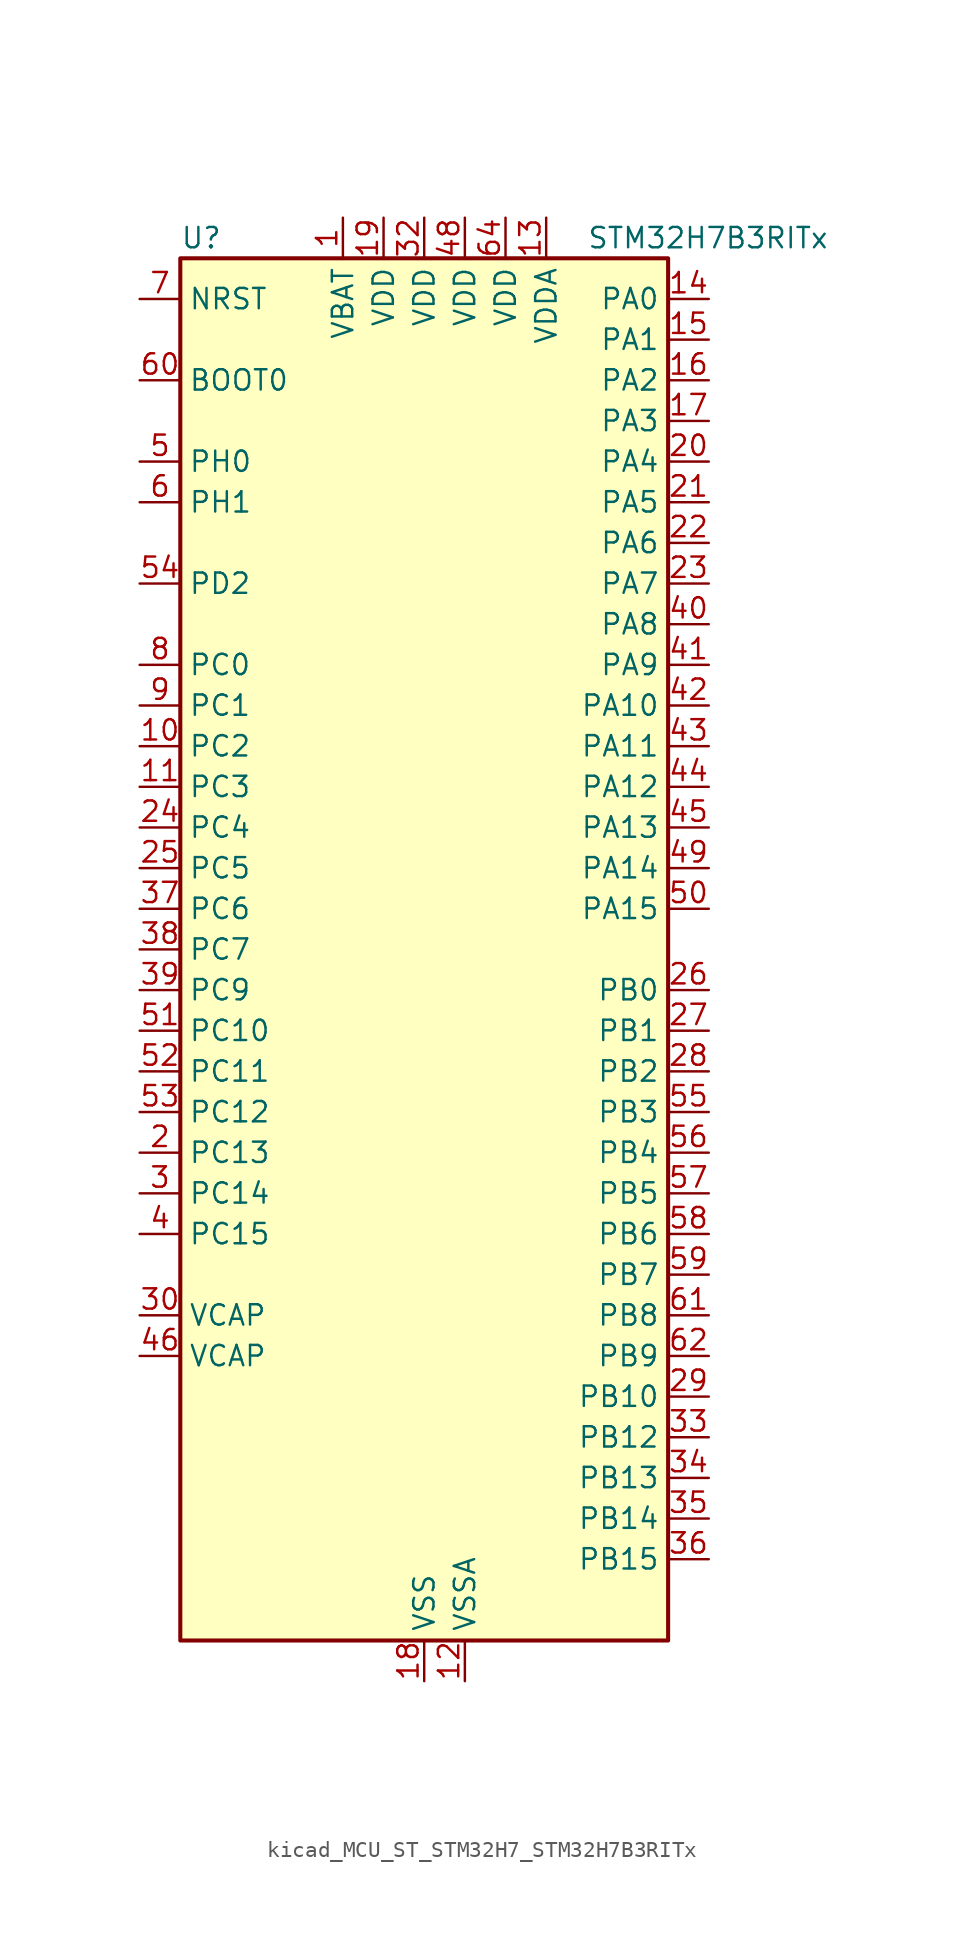
<source format=kicad_sym>
(kicad_symbol_lib
  (version 20220914)
  (generator kicad_symbol_editor)
  (symbol "kicad_MCU_ST_STM32H7_STM32H7B3RITx"
    (property "Reference" "U"
      (at -15.24 44.45 0)
      (effects (font (size 1.27 1.27)) (justify left)))
    (property "Value" "STM32H7B3RITx"
      (at 10.16 44.45 0)
      (effects (font (size 1.27 1.27)) (justify left)))
    (property "ki_locked" ""
      (at 0 0 0)
      (effects (font (size 1.27 1.27))))
    (symbol "kicad_MCU_ST_STM32H7_STM32H7B3RITx_0_1"
      (rectangle (start -15.24 -43.18) (end 15.24 43.18) (stroke (width 0.254) (type default)) (fill (type background))))
    (symbol "kicad_MCU_ST_STM32H7_STM32H7B3RITx_1_1"
      (pin power_in line (at -5.08 45.72 270) (length 2.54) (name "VBAT" (effects (font (size 1.27 1.27)))) (number "1" (effects (font (size 1.27 1.27)))))
      (pin bidirectional line (at -17.78 12.7 0) (length 2.54) (name "PC2" (effects (font (size 1.27 1.27)))) (number "10" (effects (font (size 1.27 1.27)))) (alternate "ADC1_INN11" bidirectional line) (alternate "ADC1_INP12" bidirectional line) (alternate "ADC2_INN11" bidirectional line) (alternate "ADC2_INP12" bidirectional line) (alternate "DFSDM1_CKIN1" bidirectional line) (alternate "DFSDM1_CKOUT" bidirectional line) (alternate "I2S2_SDI" bidirectional line) (alternate "OCTOSPIM_P1_IO2" bidirectional line) (alternate "OCTOSPIM_P1_IO5" bidirectional line) (alternate "PWR_CSTOP" bidirectional line) (alternate "SPI2_MISO" bidirectional line) (alternate "USB_OTG_HS_ULPI_DIR" bidirectional line))
      (pin bidirectional line (at -17.78 10.16 0) (length 2.54) (name "PC3" (effects (font (size 1.27 1.27)))) (number "11" (effects (font (size 1.27 1.27)))) (alternate "ADC1_INN12" bidirectional line) (alternate "ADC1_INP13" bidirectional line) (alternate "ADC2_INN12" bidirectional line) (alternate "ADC2_INP13" bidirectional line) (alternate "DFSDM1_DATIN1" bidirectional line) (alternate "I2S2_SDO" bidirectional line) (alternate "OCTOSPIM_P1_IO0" bidirectional line) (alternate "OCTOSPIM_P1_IO6" bidirectional line) (alternate "PWR_CSLEEP" bidirectional line) (alternate "SPI2_MOSI" bidirectional line) (alternate "USB_OTG_HS_ULPI_NXT" bidirectional line))
      (pin power_in line (at 2.54 -45.72 90) (length 2.54) (name "VSSA" (effects (font (size 1.27 1.27)))) (number "12" (effects (font (size 1.27 1.27)))))
      (pin power_in line (at 7.62 45.72 270) (length 2.54) (name "VDDA" (effects (font (size 1.27 1.27)))) (number "13" (effects (font (size 1.27 1.27)))))
      (pin bidirectional line (at 17.78 40.64 180) (length 2.54) (name "PA0" (effects (font (size 1.27 1.27)))) (number "14" (effects (font (size 1.27 1.27)))) (alternate "ADC1_INP16" bidirectional line) (alternate "I2S6_WS" bidirectional line) (alternate "PWR_WKUP1" bidirectional line) (alternate "SAI2_SD_B" bidirectional line) (alternate "SDMMC2_CMD" bidirectional line) (alternate "SPI6_NSS" bidirectional line) (alternate "TIM15_BKIN" bidirectional line) (alternate "TIM2_CH1" bidirectional line) (alternate "TIM2_ETR" bidirectional line) (alternate "TIM5_CH1" bidirectional line) (alternate "TIM8_ETR" bidirectional line) (alternate "UART4_TX" bidirectional line) (alternate "USART2_CTS" bidirectional line) (alternate "USART2_NSS" bidirectional line))
      (pin bidirectional line (at 17.78 38.1 180) (length 2.54) (name "PA1" (effects (font (size 1.27 1.27)))) (number "15" (effects (font (size 1.27 1.27)))) (alternate "ADC1_INN16" bidirectional line) (alternate "ADC1_INP17" bidirectional line) (alternate "LPTIM3_OUT" bidirectional line) (alternate "LTDC_R2" bidirectional line) (alternate "OCTOSPIM_P1_DQS" bidirectional line) (alternate "OCTOSPIM_P1_IO3" bidirectional line) (alternate "SAI2_MCLK_B" bidirectional line) (alternate "TIM15_CH1N" bidirectional line) (alternate "TIM2_CH2" bidirectional line) (alternate "TIM5_CH2" bidirectional line) (alternate "UART4_RX" bidirectional line) (alternate "USART2_DE" bidirectional line) (alternate "USART2_RTS" bidirectional line))
      (pin bidirectional line (at 17.78 35.56 180) (length 2.54) (name "PA2" (effects (font (size 1.27 1.27)))) (number "16" (effects (font (size 1.27 1.27)))) (alternate "ADC1_INP14" bidirectional line) (alternate "DFSDM2_CKIN1" bidirectional line) (alternate "LTDC_R1" bidirectional line) (alternate "MDIOS_MDIO" bidirectional line) (alternate "PWR_WKUP2" bidirectional line) (alternate "SAI2_SCK_B" bidirectional line) (alternate "TIM15_CH1" bidirectional line) (alternate "TIM2_CH3" bidirectional line) (alternate "TIM5_CH3" bidirectional line) (alternate "USART2_TX" bidirectional line))
      (pin bidirectional line (at 17.78 33.02 180) (length 2.54) (name "PA3" (effects (font (size 1.27 1.27)))) (number "17" (effects (font (size 1.27 1.27)))) (alternate "ADC1_INP15" bidirectional line) (alternate "I2S6_MCK" bidirectional line) (alternate "LTDC_B2" bidirectional line) (alternate "LTDC_B5" bidirectional line) (alternate "OCTOSPIM_P1_CLK" bidirectional line) (alternate "TIM15_CH2" bidirectional line) (alternate "TIM2_CH4" bidirectional line) (alternate "TIM5_CH4" bidirectional line) (alternate "USART2_RX" bidirectional line) (alternate "USB_OTG_HS_ULPI_D0" bidirectional line))
      (pin power_in line (at 0 -45.72 90) (length 2.54) (name "VSS" (effects (font (size 1.27 1.27)))) (number "18" (effects (font (size 1.27 1.27)))))
      (pin power_in line (at -2.54 45.72 270) (length 2.54) (name "VDD" (effects (font (size 1.27 1.27)))) (number "19" (effects (font (size 1.27 1.27)))))
      (pin bidirectional line (at -17.78 -12.7 0) (length 2.54) (name "PC13" (effects (font (size 1.27 1.27)))) (number "2" (effects (font (size 1.27 1.27)))) (alternate "PWR_WKUP4" bidirectional line) (alternate "RTC_OUT_ALARM" bidirectional line) (alternate "RTC_OUT_CALIB" bidirectional line) (alternate "RTC_TAMP1" bidirectional line) (alternate "RTC_TS" bidirectional line))
      (pin bidirectional line (at 17.78 30.48 180) (length 2.54) (name "PA4" (effects (font (size 1.27 1.27)))) (number "20" (effects (font (size 1.27 1.27)))) (alternate "ADC1_INP18" bidirectional line) (alternate "DAC1_OUT1" bidirectional line) (alternate "DCMI_HSYNC" bidirectional line) (alternate "I2S1_WS" bidirectional line) (alternate "I2S3_WS" bidirectional line) (alternate "I2S6_WS" bidirectional line) (alternate "LTDC_VSYNC" bidirectional line) (alternate "PSSI_DE" bidirectional line) (alternate "SPI1_NSS" bidirectional line) (alternate "SPI3_NSS" bidirectional line) (alternate "SPI6_NSS" bidirectional line) (alternate "TIM5_ETR" bidirectional line) (alternate "USART2_CK" bidirectional line))
      (pin bidirectional line (at 17.78 27.94 180) (length 2.54) (name "PA5" (effects (font (size 1.27 1.27)))) (number "21" (effects (font (size 1.27 1.27)))) (alternate "ADC1_INN18" bidirectional line) (alternate "ADC1_INP19" bidirectional line) (alternate "DAC1_OUT2" bidirectional line) (alternate "I2S1_CK" bidirectional line) (alternate "I2S6_CK" bidirectional line) (alternate "LTDC_R4" bidirectional line) (alternate "PSSI_D14" bidirectional line) (alternate "PWR_NDSTOP2" bidirectional line) (alternate "SPI1_SCK" bidirectional line) (alternate "SPI6_SCK" bidirectional line) (alternate "TIM2_CH1" bidirectional line) (alternate "TIM2_ETR" bidirectional line) (alternate "TIM8_CH1N" bidirectional line) (alternate "USB_OTG_HS_ULPI_CK" bidirectional line))
      (pin bidirectional line (at 17.78 25.4 180) (length 2.54) (name "PA6" (effects (font (size 1.27 1.27)))) (number "22" (effects (font (size 1.27 1.27)))) (alternate "ADC1_INP3" bidirectional line) (alternate "ADC2_INP3" bidirectional line) (alternate "DAC2_OUT1" bidirectional line) (alternate "DCMI_PIXCLK" bidirectional line) (alternate "I2S1_SDI" bidirectional line) (alternate "I2S6_SDI" bidirectional line) (alternate "LTDC_G2" bidirectional line) (alternate "MDIOS_MDC" bidirectional line) (alternate "OCTOSPIM_P1_IO3" bidirectional line) (alternate "PSSI_PDCK" bidirectional line) (alternate "SPI1_MISO" bidirectional line) (alternate "SPI6_MISO" bidirectional line) (alternate "TIM13_CH1" bidirectional line) (alternate "TIM1_BKIN" bidirectional line) (alternate "TIM1_BKIN_COMP1" bidirectional line) (alternate "TIM3_CH1" bidirectional line) (alternate "TIM8_BKIN" bidirectional line) (alternate "TIM8_BKIN_COMP1" bidirectional line))
      (pin bidirectional line (at 17.78 22.86 180) (length 2.54) (name "PA7" (effects (font (size 1.27 1.27)))) (number "23" (effects (font (size 1.27 1.27)))) (alternate "ADC1_INN3" bidirectional line) (alternate "ADC1_INP7" bidirectional line) (alternate "ADC2_INN3" bidirectional line) (alternate "ADC2_INP7" bidirectional line) (alternate "DFSDM2_DATIN1" bidirectional line) (alternate "I2S1_SDO" bidirectional line) (alternate "I2S6_SDO" bidirectional line) (alternate "LTDC_VSYNC" bidirectional line) (alternate "OCTOSPIM_P1_IO2" bidirectional line) (alternate "OPAMP1_VINM" bidirectional line) (alternate "SPI1_MOSI" bidirectional line) (alternate "SPI6_MOSI" bidirectional line) (alternate "TIM14_CH1" bidirectional line) (alternate "TIM1_CH1N" bidirectional line) (alternate "TIM3_CH2" bidirectional line) (alternate "TIM8_CH1N" bidirectional line))
      (pin bidirectional line (at -17.78 7.62 0) (length 2.54) (name "PC4" (effects (font (size 1.27 1.27)))) (number "24" (effects (font (size 1.27 1.27)))) (alternate "ADC1_INP4" bidirectional line) (alternate "ADC2_INP4" bidirectional line) (alternate "COMP1_INM" bidirectional line) (alternate "DFSDM1_CKIN2" bidirectional line) (alternate "I2S1_MCK" bidirectional line) (alternate "LTDC_R7" bidirectional line) (alternate "OPAMP1_VOUT" bidirectional line) (alternate "SPDIFRX_IN2" bidirectional line))
      (pin bidirectional line (at -17.78 5.08 0) (length 2.54) (name "PC5" (effects (font (size 1.27 1.27)))) (number "25" (effects (font (size 1.27 1.27)))) (alternate "ADC1_INN4" bidirectional line) (alternate "ADC1_INP8" bidirectional line) (alternate "ADC2_INN4" bidirectional line) (alternate "ADC2_INP8" bidirectional line) (alternate "COMP1_OUT" bidirectional line) (alternate "DFSDM1_DATIN2" bidirectional line) (alternate "LTDC_DE" bidirectional line) (alternate "OCTOSPIM_P1_DQS" bidirectional line) (alternate "OPAMP1_VINM" bidirectional line) (alternate "PSSI_D15" bidirectional line) (alternate "SPDIFRX_IN3" bidirectional line))
      (pin bidirectional line (at 17.78 -2.54 180) (length 2.54) (name "PB0" (effects (font (size 1.27 1.27)))) (number "26" (effects (font (size 1.27 1.27)))) (alternate "ADC1_INN5" bidirectional line) (alternate "ADC1_INP9" bidirectional line) (alternate "ADC2_INN5" bidirectional line) (alternate "ADC2_INP9" bidirectional line) (alternate "COMP1_INP" bidirectional line) (alternate "DFSDM1_CKOUT" bidirectional line) (alternate "DFSDM2_CKOUT" bidirectional line) (alternate "LTDC_G1" bidirectional line) (alternate "LTDC_R3" bidirectional line) (alternate "OCTOSPIM_P1_IO1" bidirectional line) (alternate "OPAMP1_VINP" bidirectional line) (alternate "TIM1_CH2N" bidirectional line) (alternate "TIM3_CH3" bidirectional line) (alternate "TIM8_CH2N" bidirectional line) (alternate "UART4_CTS" bidirectional line) (alternate "USB_OTG_HS_ULPI_D1" bidirectional line))
      (pin bidirectional line (at 17.78 -5.08 180) (length 2.54) (name "PB1" (effects (font (size 1.27 1.27)))) (number "27" (effects (font (size 1.27 1.27)))) (alternate "ADC1_INP5" bidirectional line) (alternate "ADC2_INP5" bidirectional line) (alternate "COMP1_INM" bidirectional line) (alternate "DFSDM1_DATIN1" bidirectional line) (alternate "LTDC_G0" bidirectional line) (alternate "LTDC_R6" bidirectional line) (alternate "OCTOSPIM_P1_IO0" bidirectional line) (alternate "TIM1_CH3N" bidirectional line) (alternate "TIM3_CH4" bidirectional line) (alternate "TIM8_CH3N" bidirectional line) (alternate "USB_OTG_HS_ULPI_D2" bidirectional line))
      (pin bidirectional line (at 17.78 -7.62 180) (length 2.54) (name "PB2" (effects (font (size 1.27 1.27)))) (number "28" (effects (font (size 1.27 1.27)))) (alternate "COMP1_INP" bidirectional line) (alternate "DFSDM1_CKIN1" bidirectional line) (alternate "I2S3_SDO" bidirectional line) (alternate "OCTOSPIM_P1_CLK" bidirectional line) (alternate "OCTOSPIM_P1_DQS" bidirectional line) (alternate "RTC_OUT_ALARM" bidirectional line) (alternate "RTC_OUT_CALIB" bidirectional line) (alternate "SPI3_MOSI" bidirectional line))
      (pin bidirectional line (at 17.78 -27.94 180) (length 2.54) (name "PB10" (effects (font (size 1.27 1.27)))) (number "29" (effects (font (size 1.27 1.27)))) (alternate "DFSDM1_DATIN7" bidirectional line) (alternate "I2S2_CK" bidirectional line) (alternate "LPTIM2_IN1" bidirectional line) (alternate "LTDC_G4" bidirectional line) (alternate "OCTOSPIM_P1_NCS" bidirectional line) (alternate "SPI2_SCK" bidirectional line) (alternate "TIM2_CH3" bidirectional line) (alternate "USART3_TX" bidirectional line) (alternate "USB_OTG_HS_ULPI_D3" bidirectional line))
      (pin bidirectional line (at -17.78 -15.24 0) (length 2.54) (name "PC14" (effects (font (size 1.27 1.27)))) (number "3" (effects (font (size 1.27 1.27)))) (alternate "RCC_OSC32_IN" bidirectional line))
      (pin power_out line (at -17.78 -22.86 0) (length 2.54) (name "VCAP" (effects (font (size 1.27 1.27)))) (number "30" (effects (font (size 1.27 1.27)))))
      (pin passive line (at 0 -45.72 90) (length 2.54) hide (name "VSS" (effects (font (size 1.27 1.27)))) (number "31" (effects (font (size 1.27 1.27)))))
      (pin power_in line (at 0 45.72 270) (length 2.54) (name "VDD" (effects (font (size 1.27 1.27)))) (number "32" (effects (font (size 1.27 1.27)))))
      (pin bidirectional line (at 17.78 -30.48 180) (length 2.54) (name "PB12" (effects (font (size 1.27 1.27)))) (number "33" (effects (font (size 1.27 1.27)))) (alternate "DFSDM1_DATIN1" bidirectional line) (alternate "DFSDM2_DATIN1" bidirectional line) (alternate "FDCAN2_RX" bidirectional line) (alternate "I2S2_WS" bidirectional line) (alternate "OCTOSPIM_P1_NCLK" bidirectional line) (alternate "SPI2_NSS" bidirectional line) (alternate "TIM1_BKIN" bidirectional line) (alternate "TIM1_BKIN_COMP1" bidirectional line) (alternate "UART5_RX" bidirectional line) (alternate "USART3_CK" bidirectional line) (alternate "USB_OTG_HS_ULPI_D5" bidirectional line))
      (pin bidirectional line (at 17.78 -33.02 180) (length 2.54) (name "PB13" (effects (font (size 1.27 1.27)))) (number "34" (effects (font (size 1.27 1.27)))) (alternate "DCMI_D2" bidirectional line) (alternate "DFSDM1_CKIN1" bidirectional line) (alternate "DFSDM2_CKIN1" bidirectional line) (alternate "FDCAN2_TX" bidirectional line) (alternate "I2S2_CK" bidirectional line) (alternate "LPTIM2_OUT" bidirectional line) (alternate "PSSI_D2" bidirectional line) (alternate "SDMMC1_D0" bidirectional line) (alternate "SPI2_SCK" bidirectional line) (alternate "TIM1_CH1N" bidirectional line) (alternate "UART5_TX" bidirectional line) (alternate "USART3_CTS" bidirectional line) (alternate "USART3_NSS" bidirectional line) (alternate "USB_OTG_HS_ULPI_D6" bidirectional line))
      (pin bidirectional line (at 17.78 -35.56 180) (length 2.54) (name "PB14" (effects (font (size 1.27 1.27)))) (number "35" (effects (font (size 1.27 1.27)))) (alternate "DFSDM1_DATIN2" bidirectional line) (alternate "I2S2_SDI" bidirectional line) (alternate "LTDC_CLK" bidirectional line) (alternate "SDMMC2_D0" bidirectional line) (alternate "SPI2_MISO" bidirectional line) (alternate "TIM12_CH1" bidirectional line) (alternate "TIM1_CH2N" bidirectional line) (alternate "TIM8_CH2N" bidirectional line) (alternate "UART4_DE" bidirectional line) (alternate "UART4_RTS" bidirectional line) (alternate "USART1_TX" bidirectional line) (alternate "USART3_DE" bidirectional line) (alternate "USART3_RTS" bidirectional line))
      (pin bidirectional line (at 17.78 -38.1 180) (length 2.54) (name "PB15" (effects (font (size 1.27 1.27)))) (number "36" (effects (font (size 1.27 1.27)))) (alternate "ADC1_EXTI15" bidirectional line) (alternate "ADC2_EXTI15" bidirectional line) (alternate "DFSDM1_CKIN2" bidirectional line) (alternate "I2S2_SDO" bidirectional line) (alternate "LTDC_G7" bidirectional line) (alternate "RTC_REFIN" bidirectional line) (alternate "SDMMC2_D1" bidirectional line) (alternate "SPI2_MOSI" bidirectional line) (alternate "TIM12_CH2" bidirectional line) (alternate "TIM1_CH3N" bidirectional line) (alternate "TIM8_CH3N" bidirectional line) (alternate "UART4_CTS" bidirectional line) (alternate "USART1_RX" bidirectional line))
      (pin bidirectional line (at -17.78 2.54 0) (length 2.54) (name "PC6" (effects (font (size 1.27 1.27)))) (number "37" (effects (font (size 1.27 1.27)))) (alternate "DCMI_D0" bidirectional line) (alternate "DFSDM1_CKIN3" bidirectional line) (alternate "I2S2_MCK" bidirectional line) (alternate "LTDC_HSYNC" bidirectional line) (alternate "PSSI_D0" bidirectional line) (alternate "SDMMC1_D0DIR" bidirectional line) (alternate "SDMMC1_D6" bidirectional line) (alternate "SDMMC2_D6" bidirectional line) (alternate "SWPMI1_IO" bidirectional line) (alternate "TIM3_CH1" bidirectional line) (alternate "TIM8_CH1" bidirectional line) (alternate "USART6_TX" bidirectional line))
      (pin bidirectional line (at -17.78 0 0) (length 2.54) (name "PC7" (effects (font (size 1.27 1.27)))) (number "38" (effects (font (size 1.27 1.27)))) (alternate "DCMI_D1" bidirectional line) (alternate "DEBUG_TRGIO" bidirectional line) (alternate "DFSDM1_DATIN3" bidirectional line) (alternate "I2S3_MCK" bidirectional line) (alternate "LTDC_G6" bidirectional line) (alternate "PSSI_D1" bidirectional line) (alternate "SDMMC1_D123DIR" bidirectional line) (alternate "SDMMC1_D7" bidirectional line) (alternate "SDMMC2_D7" bidirectional line) (alternate "SWPMI1_TX" bidirectional line) (alternate "TIM3_CH2" bidirectional line) (alternate "TIM8_CH2" bidirectional line) (alternate "USART6_RX" bidirectional line))
      (pin bidirectional line (at -17.78 -2.54 0) (length 2.54) (name "PC9" (effects (font (size 1.27 1.27)))) (number "39" (effects (font (size 1.27 1.27)))) (alternate "DAC1_EXTI9" bidirectional line) (alternate "DCMI_D3" bidirectional line) (alternate "I2C3_SDA" bidirectional line) (alternate "I2S_CKIN" bidirectional line) (alternate "LTDC_B2" bidirectional line) (alternate "LTDC_G3" bidirectional line) (alternate "OCTOSPIM_P1_IO0" bidirectional line) (alternate "PSSI_D3" bidirectional line) (alternate "RCC_MCO_2" bidirectional line) (alternate "SDMMC1_D1" bidirectional line) (alternate "SWPMI1_SUSPEND" bidirectional line) (alternate "TIM3_CH4" bidirectional line) (alternate "TIM8_CH4" bidirectional line) (alternate "UART5_CTS" bidirectional line))
      (pin bidirectional line (at -17.78 -17.78 0) (length 2.54) (name "PC15" (effects (font (size 1.27 1.27)))) (number "4" (effects (font (size 1.27 1.27)))) (alternate "ADC1_EXTI15" bidirectional line) (alternate "ADC2_EXTI15" bidirectional line) (alternate "RCC_OSC32_OUT" bidirectional line))
      (pin bidirectional line (at 17.78 20.32 180) (length 2.54) (name "PA8" (effects (font (size 1.27 1.27)))) (number "40" (effects (font (size 1.27 1.27)))) (alternate "I2C3_SCL" bidirectional line) (alternate "LTDC_B3" bidirectional line) (alternate "LTDC_R6" bidirectional line) (alternate "RCC_MCO_1" bidirectional line) (alternate "TIM1_CH1" bidirectional line) (alternate "TIM8_BKIN2" bidirectional line) (alternate "TIM8_BKIN2_COMP1" bidirectional line) (alternate "UART7_RX" bidirectional line) (alternate "USART1_CK" bidirectional line) (alternate "USB_OTG_HS_SOF" bidirectional line))
      (pin bidirectional line (at 17.78 17.78 180) (length 2.54) (name "PA9" (effects (font (size 1.27 1.27)))) (number "41" (effects (font (size 1.27 1.27)))) (alternate "DAC1_EXTI9" bidirectional line) (alternate "DCMI_D0" bidirectional line) (alternate "I2C3_SMBA" bidirectional line) (alternate "I2S2_CK" bidirectional line) (alternate "LPUART1_TX" bidirectional line) (alternate "LTDC_R5" bidirectional line) (alternate "PSSI_D0" bidirectional line) (alternate "SPI2_SCK" bidirectional line) (alternate "TIM1_CH2" bidirectional line) (alternate "USART1_TX" bidirectional line) (alternate "USB_OTG_HS_VBUS" bidirectional line))
      (pin bidirectional line (at 17.78 15.24 180) (length 2.54) (name "PA10" (effects (font (size 1.27 1.27)))) (number "42" (effects (font (size 1.27 1.27)))) (alternate "DCMI_D1" bidirectional line) (alternate "LPUART1_RX" bidirectional line) (alternate "LTDC_B1" bidirectional line) (alternate "LTDC_B4" bidirectional line) (alternate "MDIOS_MDIO" bidirectional line) (alternate "PSSI_D1" bidirectional line) (alternate "TIM1_CH3" bidirectional line) (alternate "USART1_RX" bidirectional line) (alternate "USB_OTG_HS_ID" bidirectional line))
      (pin bidirectional line (at 17.78 12.7 180) (length 2.54) (name "PA11" (effects (font (size 1.27 1.27)))) (number "43" (effects (font (size 1.27 1.27)))) (alternate "ADC1_EXTI11" bidirectional line) (alternate "ADC2_EXTI11" bidirectional line) (alternate "FDCAN1_RX" bidirectional line) (alternate "I2S2_WS" bidirectional line) (alternate "LPUART1_CTS" bidirectional line) (alternate "LTDC_R4" bidirectional line) (alternate "SPI2_NSS" bidirectional line) (alternate "TIM1_CH4" bidirectional line) (alternate "UART4_RX" bidirectional line) (alternate "USART1_CTS" bidirectional line) (alternate "USART1_NSS" bidirectional line) (alternate "USB_OTG_HS_DM" bidirectional line))
      (pin bidirectional line (at 17.78 10.16 180) (length 2.54) (name "PA12" (effects (font (size 1.27 1.27)))) (number "44" (effects (font (size 1.27 1.27)))) (alternate "FDCAN1_TX" bidirectional line) (alternate "I2S2_CK" bidirectional line) (alternate "LPUART1_DE" bidirectional line) (alternate "LPUART1_RTS" bidirectional line) (alternate "LTDC_R5" bidirectional line) (alternate "SAI2_FS_B" bidirectional line) (alternate "SPI2_SCK" bidirectional line) (alternate "TIM1_ETR" bidirectional line) (alternate "UART4_TX" bidirectional line) (alternate "USART1_DE" bidirectional line) (alternate "USART1_RTS" bidirectional line) (alternate "USB_OTG_HS_DP" bidirectional line))
      (pin bidirectional line (at 17.78 7.62 180) (length 2.54) (name "PA13" (effects (font (size 1.27 1.27)))) (number "45" (effects (font (size 1.27 1.27)))) (alternate "DEBUG_JTMS-SWDIO" bidirectional line))
      (pin power_out line (at -17.78 -25.4 0) (length 2.54) (name "VCAP" (effects (font (size 1.27 1.27)))) (number "46" (effects (font (size 1.27 1.27)))))
      (pin passive line (at 0 -45.72 90) (length 2.54) hide (name "VSS" (effects (font (size 1.27 1.27)))) (number "47" (effects (font (size 1.27 1.27)))))
      (pin power_in line (at 2.54 45.72 270) (length 2.54) (name "VDD" (effects (font (size 1.27 1.27)))) (number "48" (effects (font (size 1.27 1.27)))))
      (pin bidirectional line (at 17.78 5.08 180) (length 2.54) (name "PA14" (effects (font (size 1.27 1.27)))) (number "49" (effects (font (size 1.27 1.27)))) (alternate "DEBUG_JTCK-SWCLK" bidirectional line))
      (pin bidirectional line (at -17.78 30.48 0) (length 2.54) (name "PH0" (effects (font (size 1.27 1.27)))) (number "5" (effects (font (size 1.27 1.27)))) (alternate "RCC_OSC_IN" bidirectional line))
      (pin bidirectional line (at 17.78 2.54 180) (length 2.54) (name "PA15" (effects (font (size 1.27 1.27)))) (number "50" (effects (font (size 1.27 1.27)))) (alternate "ADC1_EXTI15" bidirectional line) (alternate "ADC2_EXTI15" bidirectional line) (alternate "CEC" bidirectional line) (alternate "DEBUG_JTDI" bidirectional line) (alternate "I2S1_WS" bidirectional line) (alternate "I2S3_WS" bidirectional line) (alternate "I2S6_WS" bidirectional line) (alternate "LTDC_B6" bidirectional line) (alternate "LTDC_R3" bidirectional line) (alternate "SPI1_NSS" bidirectional line) (alternate "SPI3_NSS" bidirectional line) (alternate "SPI6_NSS" bidirectional line) (alternate "TIM2_CH1" bidirectional line) (alternate "TIM2_ETR" bidirectional line) (alternate "UART4_DE" bidirectional line) (alternate "UART4_RTS" bidirectional line) (alternate "UART7_TX" bidirectional line))
      (pin bidirectional line (at -17.78 -5.08 0) (length 2.54) (name "PC10" (effects (font (size 1.27 1.27)))) (number "51" (effects (font (size 1.27 1.27)))) (alternate "DCMI_D8" bidirectional line) (alternate "DFSDM1_CKIN5" bidirectional line) (alternate "DFSDM2_CKIN0" bidirectional line) (alternate "I2S3_CK" bidirectional line) (alternate "LTDC_B1" bidirectional line) (alternate "LTDC_R2" bidirectional line) (alternate "OCTOSPIM_P1_IO1" bidirectional line) (alternate "PSSI_D8" bidirectional line) (alternate "SDMMC1_D2" bidirectional line) (alternate "SPI3_SCK" bidirectional line) (alternate "SWPMI1_RX" bidirectional line) (alternate "UART4_TX" bidirectional line) (alternate "USART3_TX" bidirectional line))
      (pin bidirectional line (at -17.78 -7.62 0) (length 2.54) (name "PC11" (effects (font (size 1.27 1.27)))) (number "52" (effects (font (size 1.27 1.27)))) (alternate "ADC1_EXTI11" bidirectional line) (alternate "ADC2_EXTI11" bidirectional line) (alternate "DCMI_D4" bidirectional line) (alternate "DFSDM1_DATIN5" bidirectional line) (alternate "DFSDM2_DATIN0" bidirectional line) (alternate "I2S3_SDI" bidirectional line) (alternate "LTDC_B4" bidirectional line) (alternate "OCTOSPIM_P1_NCS" bidirectional line) (alternate "PSSI_D4" bidirectional line) (alternate "SDMMC1_D3" bidirectional line) (alternate "SPI3_MISO" bidirectional line) (alternate "UART4_RX" bidirectional line) (alternate "USART3_RX" bidirectional line))
      (pin bidirectional line (at -17.78 -10.16 0) (length 2.54) (name "PC12" (effects (font (size 1.27 1.27)))) (number "53" (effects (font (size 1.27 1.27)))) (alternate "DCMI_D9" bidirectional line) (alternate "DEBUG_TRACED3" bidirectional line) (alternate "DFSDM2_CKOUT" bidirectional line) (alternate "I2S3_SDO" bidirectional line) (alternate "I2S6_CK" bidirectional line) (alternate "LTDC_R6" bidirectional line) (alternate "PSSI_D9" bidirectional line) (alternate "SDMMC1_CK" bidirectional line) (alternate "SPI3_MOSI" bidirectional line) (alternate "SPI6_SCK" bidirectional line) (alternate "TIM15_CH1" bidirectional line) (alternate "UART5_TX" bidirectional line) (alternate "USART3_CK" bidirectional line))
      (pin bidirectional line (at -17.78 22.86 0) (length 2.54) (name "PD2" (effects (font (size 1.27 1.27)))) (number "54" (effects (font (size 1.27 1.27)))) (alternate "DCMI_D11" bidirectional line) (alternate "DEBUG_TRACED2" bidirectional line) (alternate "LTDC_B2" bidirectional line) (alternate "LTDC_B7" bidirectional line) (alternate "PSSI_D11" bidirectional line) (alternate "SDMMC1_CMD" bidirectional line) (alternate "TIM15_BKIN" bidirectional line) (alternate "TIM3_ETR" bidirectional line) (alternate "UART5_RX" bidirectional line))
      (pin bidirectional line (at 17.78 -10.16 180) (length 2.54) (name "PB3" (effects (font (size 1.27 1.27)))) (number "55" (effects (font (size 1.27 1.27)))) (alternate "CRS_SYNC" bidirectional line) (alternate "DEBUG_JTDO-SWO" bidirectional line) (alternate "I2S1_CK" bidirectional line) (alternate "I2S3_CK" bidirectional line) (alternate "I2S6_CK" bidirectional line) (alternate "SDMMC2_D2" bidirectional line) (alternate "SPI1_SCK" bidirectional line) (alternate "SPI3_SCK" bidirectional line) (alternate "SPI6_SCK" bidirectional line) (alternate "TIM2_CH2" bidirectional line) (alternate "UART7_RX" bidirectional line))
      (pin bidirectional line (at 17.78 -12.7 180) (length 2.54) (name "PB4" (effects (font (size 1.27 1.27)))) (number "56" (effects (font (size 1.27 1.27)))) (alternate "DEBUG_JTRST" bidirectional line) (alternate "I2S1_SDI" bidirectional line) (alternate "I2S2_WS" bidirectional line) (alternate "I2S3_SDI" bidirectional line) (alternate "I2S6_SDI" bidirectional line) (alternate "SDMMC2_D3" bidirectional line) (alternate "SPI1_MISO" bidirectional line) (alternate "SPI2_NSS" bidirectional line) (alternate "SPI3_MISO" bidirectional line) (alternate "SPI6_MISO" bidirectional line) (alternate "TIM16_BKIN" bidirectional line) (alternate "TIM3_CH1" bidirectional line) (alternate "UART7_TX" bidirectional line))
      (pin bidirectional line (at 17.78 -15.24 180) (length 2.54) (name "PB5" (effects (font (size 1.27 1.27)))) (number "57" (effects (font (size 1.27 1.27)))) (alternate "DCMI_D10" bidirectional line) (alternate "FDCAN2_RX" bidirectional line) (alternate "I2C1_SMBA" bidirectional line) (alternate "I2C4_SMBA" bidirectional line) (alternate "I2S1_SDO" bidirectional line) (alternate "I2S3_SDO" bidirectional line) (alternate "I2S6_SDO" bidirectional line) (alternate "LTDC_B5" bidirectional line) (alternate "PSSI_D10" bidirectional line) (alternate "SPI1_MOSI" bidirectional line) (alternate "SPI3_MOSI" bidirectional line) (alternate "SPI6_MOSI" bidirectional line) (alternate "TIM17_BKIN" bidirectional line) (alternate "TIM3_CH2" bidirectional line) (alternate "UART5_RX" bidirectional line) (alternate "USB_OTG_HS_ULPI_D7" bidirectional line))
      (pin bidirectional line (at 17.78 -17.78 180) (length 2.54) (name "PB6" (effects (font (size 1.27 1.27)))) (number "58" (effects (font (size 1.27 1.27)))) (alternate "CEC" bidirectional line) (alternate "DCMI_D5" bidirectional line) (alternate "DFSDM1_DATIN5" bidirectional line) (alternate "FDCAN2_TX" bidirectional line) (alternate "I2C1_SCL" bidirectional line) (alternate "I2C4_SCL" bidirectional line) (alternate "LPUART1_TX" bidirectional line) (alternate "OCTOSPIM_P1_NCS" bidirectional line) (alternate "PSSI_D5" bidirectional line) (alternate "TIM16_CH1N" bidirectional line) (alternate "TIM4_CH1" bidirectional line) (alternate "UART5_TX" bidirectional line) (alternate "USART1_TX" bidirectional line))
      (pin bidirectional line (at 17.78 -20.32 180) (length 2.54) (name "PB7" (effects (font (size 1.27 1.27)))) (number "59" (effects (font (size 1.27 1.27)))) (alternate "DCMI_VSYNC" bidirectional line) (alternate "DFSDM1_CKIN5" bidirectional line) (alternate "I2C1_SDA" bidirectional line) (alternate "I2C4_SDA" bidirectional line) (alternate "LPUART1_RX" bidirectional line) (alternate "PSSI_RDY" bidirectional line) (alternate "PWR_PVD_IN" bidirectional line) (alternate "TIM17_CH1N" bidirectional line) (alternate "TIM4_CH2" bidirectional line) (alternate "USART1_RX" bidirectional line))
      (pin bidirectional line (at -17.78 27.94 0) (length 2.54) (name "PH1" (effects (font (size 1.27 1.27)))) (number "6" (effects (font (size 1.27 1.27)))) (alternate "RCC_OSC_OUT" bidirectional line))
      (pin input line (at -17.78 35.56 0) (length 2.54) (name "BOOT0" (effects (font (size 1.27 1.27)))) (number "60" (effects (font (size 1.27 1.27)))))
      (pin bidirectional line (at 17.78 -22.86 180) (length 2.54) (name "PB8" (effects (font (size 1.27 1.27)))) (number "61" (effects (font (size 1.27 1.27)))) (alternate "DCMI_D6" bidirectional line) (alternate "DFSDM1_CKIN7" bidirectional line) (alternate "FDCAN1_RX" bidirectional line) (alternate "I2C1_SCL" bidirectional line) (alternate "I2C4_SCL" bidirectional line) (alternate "LTDC_B6" bidirectional line) (alternate "PSSI_D6" bidirectional line) (alternate "SDMMC1_CKIN" bidirectional line) (alternate "SDMMC1_D4" bidirectional line) (alternate "SDMMC2_D4" bidirectional line) (alternate "TIM16_CH1" bidirectional line) (alternate "TIM4_CH3" bidirectional line) (alternate "UART4_RX" bidirectional line))
      (pin bidirectional line (at 17.78 -25.4 180) (length 2.54) (name "PB9" (effects (font (size 1.27 1.27)))) (number "62" (effects (font (size 1.27 1.27)))) (alternate "DAC1_EXTI9" bidirectional line) (alternate "DCMI_D7" bidirectional line) (alternate "DFSDM1_DATIN7" bidirectional line) (alternate "FDCAN1_TX" bidirectional line) (alternate "I2C1_SDA" bidirectional line) (alternate "I2C4_SDA" bidirectional line) (alternate "I2C4_SMBA" bidirectional line) (alternate "I2S2_WS" bidirectional line) (alternate "LTDC_B7" bidirectional line) (alternate "PSSI_D7" bidirectional line) (alternate "SDMMC1_CDIR" bidirectional line) (alternate "SDMMC1_D5" bidirectional line) (alternate "SDMMC2_D5" bidirectional line) (alternate "SPI2_NSS" bidirectional line) (alternate "TIM17_CH1" bidirectional line) (alternate "TIM4_CH4" bidirectional line) (alternate "UART4_TX" bidirectional line))
      (pin passive line (at 0 -45.72 90) (length 2.54) hide (name "VSS" (effects (font (size 1.27 1.27)))) (number "63" (effects (font (size 1.27 1.27)))))
      (pin power_in line (at 5.08 45.72 270) (length 2.54) (name "VDD" (effects (font (size 1.27 1.27)))) (number "64" (effects (font (size 1.27 1.27)))))
      (pin input line (at -17.78 40.64 0) (length 2.54) (name "NRST" (effects (font (size 1.27 1.27)))) (number "7" (effects (font (size 1.27 1.27)))))
      (pin bidirectional line (at -17.78 17.78 0) (length 2.54) (name "PC0" (effects (font (size 1.27 1.27)))) (number "8" (effects (font (size 1.27 1.27)))) (alternate "ADC1_INP10" bidirectional line) (alternate "ADC2_INP10" bidirectional line) (alternate "DFSDM1_CKIN0" bidirectional line) (alternate "DFSDM1_DATIN4" bidirectional line) (alternate "LTDC_G2" bidirectional line) (alternate "LTDC_R5" bidirectional line) (alternate "SAI2_FS_B" bidirectional line) (alternate "USB_OTG_HS_ULPI_STP" bidirectional line))
      (pin bidirectional line (at -17.78 15.24 0) (length 2.54) (name "PC1" (effects (font (size 1.27 1.27)))) (number "9" (effects (font (size 1.27 1.27)))) (alternate "ADC1_INN10" bidirectional line) (alternate "ADC1_INP11" bidirectional line) (alternate "ADC2_INN10" bidirectional line) (alternate "ADC2_INP11" bidirectional line) (alternate "DEBUG_TRACED0" bidirectional line) (alternate "DFSDM1_CKIN4" bidirectional line) (alternate "DFSDM1_DATIN0" bidirectional line) (alternate "I2S2_SDO" bidirectional line) (alternate "LTDC_G5" bidirectional line) (alternate "MDIOS_MDC" bidirectional line) (alternate "OCTOSPIM_P1_IO4" bidirectional line) (alternate "PWR_WKUP6" bidirectional line) (alternate "RTC_TAMP3" bidirectional line) (alternate "SDMMC2_CK" bidirectional line) (alternate "SPI2_MOSI" bidirectional line)))))
</source>
